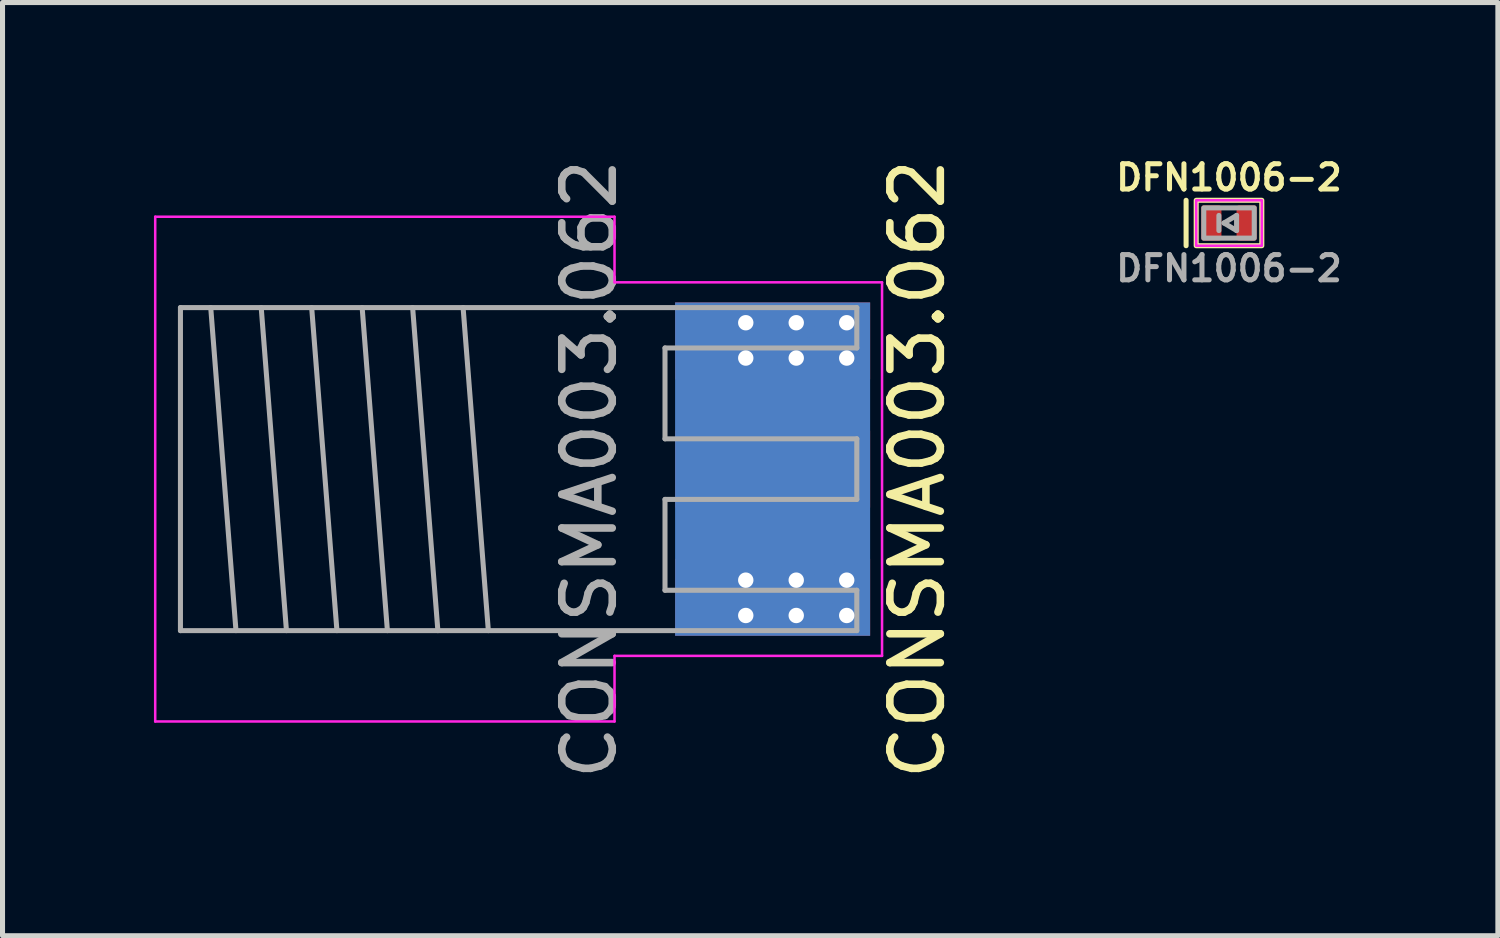
<source format=kicad_pcb>
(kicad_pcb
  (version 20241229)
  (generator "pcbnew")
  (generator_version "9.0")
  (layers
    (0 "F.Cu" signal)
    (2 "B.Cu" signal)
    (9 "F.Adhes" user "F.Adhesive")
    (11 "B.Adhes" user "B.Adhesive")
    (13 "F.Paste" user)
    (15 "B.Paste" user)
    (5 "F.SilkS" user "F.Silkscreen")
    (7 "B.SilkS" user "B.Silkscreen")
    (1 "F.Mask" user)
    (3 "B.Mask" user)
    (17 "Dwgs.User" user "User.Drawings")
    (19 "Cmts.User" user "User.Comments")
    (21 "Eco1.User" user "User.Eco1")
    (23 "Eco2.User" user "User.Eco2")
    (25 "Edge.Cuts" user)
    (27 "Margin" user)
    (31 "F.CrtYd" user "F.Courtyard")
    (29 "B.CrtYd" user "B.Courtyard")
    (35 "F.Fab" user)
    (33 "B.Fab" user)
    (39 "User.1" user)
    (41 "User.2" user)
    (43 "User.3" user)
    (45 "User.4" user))
  (footprint "DFN1006-2"
    (layer "F.Cu")
    (at 21.299 1.368)
    (property "Reference" "DFN1006-2" (at 0 -0.9 0) (layer "F.SilkS") (effects (font (size 0.5 0.5) (thickness 0.1))))
    (attr smd)
    (fp_line (start -0.85 -0.45) (end -0.85 0.45) (stroke (width 0.1) (type solid)) (layer "F.SilkS"))
    (fp_rect (start -0.65 -0.45) (end 0.65 0.45) (stroke (width 0.1) (type solid)) (fill no) (layer "F.SilkS"))
    (fp_rect (start -0.65 -0.45) (end 0.65 0.45) (stroke (width 0.05) (type solid)) (fill no) (layer "F.CrtYd"))
    (fp_line (start -0.2 -0.15) (end -0.2 0.15) (stroke (width 0.1) (type solid)) (layer "F.Fab"))
    (fp_line (start -0.1 0) (end 0.15 -0.15) (stroke (width 0.1) (type solid)) (layer "F.Fab"))
    (fp_line (start 0.15 -0.15) (end 0.15 0.15) (stroke (width 0.1) (type solid)) (layer "F.Fab"))
    (fp_line (start 0.15 0.15) (end -0.1 0) (stroke (width 0.1) (type solid)) (layer "F.Fab"))
    (fp_rect (start -0.5 -0.3) (end 0.5 0.3) (stroke (width 0.1) (type solid)) (fill no) (layer "F.Fab"))
    (fp_text user "${REFERENCE}" (at 0 0.9 0) (unlocked yes) (layer "F.Fab") (effects (font (size 0.5 0.5) (thickness 0.1))))
    (pad "1" smd roundrect (at -0.35 0) (size 0.4 0.7) (layers "F.Cu" "F.Mask" "F.Paste") (roundrect_rratio 0.125))
    (pad "2" smd roundrect (at 0.35 0) (size 0.4 0.7) (layers "F.Cu" "F.Mask" "F.Paste") (roundrect_rratio 0.125)))
  (footprint "CONSMA003.062"
    (layer "F.Cu")
    (at 10.125 6.244)
    (property "Reference" "CONSMA003.062" (at 5 0 90) (layer "F.SilkS") (effects (font (size 1 1) (thickness 0.15))))
    (attr through_hole)
    (fp_line (start -10.1 -5) (end -10.1 5) (stroke (width 0.05) (type solid)) (layer "F.CrtYd"))
    (fp_line (start -10.1 -5) (end -1 -5) (stroke (width 0.05) (type solid)) (layer "F.CrtYd"))
    (fp_line (start -10.1 5) (end -1 5) (stroke (width 0.05) (type solid)) (layer "F.CrtYd"))
    (fp_line (start -1 -5) (end -1 -3.7) (stroke (width 0.05) (type solid)) (layer "F.CrtYd"))
    (fp_line (start -1 3.7) (end 4.3 3.7) (stroke (width 0.05) (type solid)) (layer "F.CrtYd"))
    (fp_line (start -1 5) (end -1 3.7) (stroke (width 0.05) (type solid)) (layer "F.CrtYd"))
    (fp_line (start 4.3 -3.7) (end -1 -3.7) (stroke (width 0.05) (type solid)) (layer "F.CrtYd"))
    (fp_line (start 4.3 3.7) (end 4.3 -3.7) (stroke (width 0.05) (type solid)) (layer "F.CrtYd"))
    (fp_line (start -9.6 -3.2) (end 3.8 -3.2) (stroke (width 0.1) (type solid)) (layer "F.Fab"))
    (fp_line (start -9.6 3.2) (end -9.6 -3.2) (stroke (width 0.1) (type solid)) (layer "F.Fab"))
    (fp_line (start -9.6 3.2) (end 3.8 3.2) (stroke (width 0.1) (type solid)) (layer "F.Fab"))
    (fp_line (start -9 -3.2) (end -8.5 3.2) (stroke (width 0.1) (type solid)) (layer "F.Fab"))
    (fp_line (start -8 -3.2) (end -7.5 3.2) (stroke (width 0.1) (type solid)) (layer "F.Fab"))
    (fp_line (start -7 -3.2) (end -6.5 3.2) (stroke (width 0.1) (type solid)) (layer "F.Fab"))
    (fp_line (start -6 -3.2) (end -5.5 3.2) (stroke (width 0.1) (type solid)) (layer "F.Fab"))
    (fp_line (start -5 -3.2) (end -4.5 3.2) (stroke (width 0.1) (type solid)) (layer "F.Fab"))
    (fp_line (start -4 -3.2) (end -3.5 3.2) (stroke (width 0.1) (type solid)) (layer "F.Fab"))
    (fp_line (start 0 -2.4) (end 3.8 -2.4) (stroke (width 0.1) (type solid)) (layer "F.Fab"))
    (fp_line (start 0 -0.6) (end 0 -2.4) (stroke (width 0.1) (type solid)) (layer "F.Fab"))
    (fp_line (start 0 0.6) (end 3.8 0.6) (stroke (width 0.1) (type solid)) (layer "F.Fab"))
    (fp_line (start 0 2.4) (end 0 0.6) (stroke (width 0.1) (type solid)) (layer "F.Fab"))
    (fp_line (start 3.8 -2.4) (end 3.8 -3.2) (stroke (width 0.1) (type solid)) (layer "F.Fab"))
    (fp_line (start 3.8 -0.6) (end 0 -0.6) (stroke (width 0.1) (type solid)) (layer "F.Fab"))
    (fp_line (start 3.8 0.6) (end 3.8 -0.6) (stroke (width 0.1) (type solid)) (layer "F.Fab"))
    (fp_line (start 3.8 2.4) (end 0 2.4) (stroke (width 0.1) (type solid)) (layer "F.Fab"))
    (fp_line (start 3.8 3.2) (end 3.8 2.4) (stroke (width 0.1) (type solid)) (layer "F.Fab"))
    (fp_text user "${REFERENCE}" (at -1.5 0 90) (layer "F.Fab") (effects (font (size 1 1) (thickness 0.15))))
    (pad "1" smd rect (at 2.132 0) (size 3.864 1.524) (layers "F.Cu" "F.Mask"))
    (pad "2" thru_hole circle (at 1.6 -2.9) (size 0.762 0.762) (drill 0.305) (layers "*.Cu" "*.Mask"))
    (pad "2" thru_hole circle (at 1.6 -2.2) (size 0.762 0.762) (drill 0.305) (layers "*.Cu" "*.Mask"))
    (pad "2" thru_hole circle (at 1.6 2.2) (size 0.762 0.762) (drill 0.305) (layers "*.Cu" "*.Mask"))
    (pad "2" thru_hole circle (at 1.6 2.9) (size 0.762 0.762) (drill 0.305) (layers "*.Cu" "*.Mask"))
    (pad "2" smd rect (at 2.132 -2.54) (size 3.864 1.524) (layers "F.Cu" "F.Mask"))
    (pad "2" smd rect (at 2.132 0) (size 3.864 6.604) (layers "B.Cu" "B.Mask"))
    (pad "2" smd rect (at 2.132 2.54) (size 3.864 1.524) (layers "F.Cu" "F.Mask"))
    (pad "2" thru_hole circle (at 2.6 -2.9) (size 0.762 0.762) (drill 0.305) (layers "*.Cu" "*.Mask"))
    (pad "2" thru_hole circle (at 2.6 -2.2) (size 0.762 0.762) (drill 0.305) (layers "*.Cu" "*.Mask"))
    (pad "2" thru_hole circle (at 2.6 2.2) (size 0.762 0.762) (drill 0.305) (layers "*.Cu" "*.Mask"))
    (pad "2" thru_hole circle (at 2.6 2.9) (size 0.762 0.762) (drill 0.305) (layers "*.Cu" "*.Mask"))
    (pad "2" thru_hole circle (at 3.6 -2.9) (size 0.762 0.762) (drill 0.305) (layers "*.Cu" "*.Mask"))
    (pad "2" thru_hole circle (at 3.6 -2.2) (size 0.762 0.762) (drill 0.305) (layers "*.Cu" "*.Mask"))
    (pad "2" thru_hole circle (at 3.6 2.2) (size 0.762 0.762) (drill 0.305) (layers "*.Cu" "*.Mask"))
    (pad "2" thru_hole circle (at 3.6 2.9) (size 0.762 0.762) (drill 0.305) (layers "*.Cu" "*.Mask"))
    (zone (net_name "") (layer "In1.Cu") (name "SMA keepout") (hatch edge 0.508) (connect_pads) (min_thickness 0.254) (filled_areas_thickness no) (keepout (tracks not_allowed) (vias not_allowed) (pads allowed) (copperpour not_allowed) (footprints not_allowed)) (placement (enabled no)) (fill) (polygon (pts (xy 14.185 8.014) (xy 10.125 8.014) (xy 10.125 4.474) (xy 14.185 4.474)))))
  (gr_rect
    (start -3 -3)
    (end 26.626 15.488)
    (stroke (width 0.1) (type default))
    (fill no)
    (layer "Edge.Cuts")))
</source>
